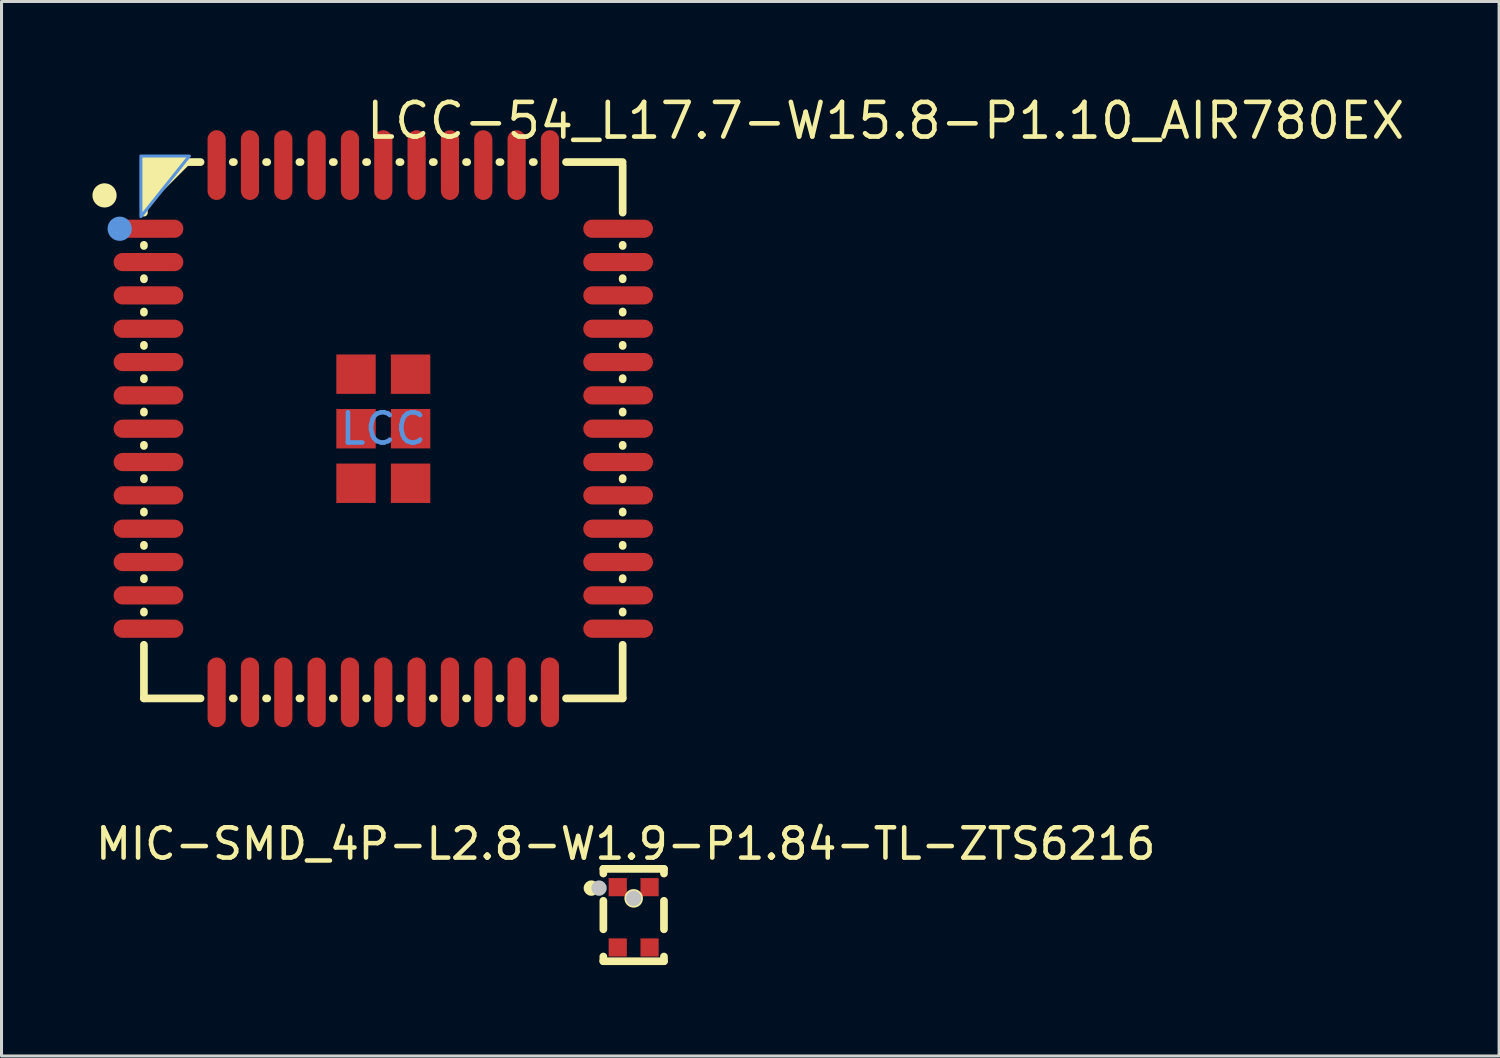
<source format=kicad_pcb>
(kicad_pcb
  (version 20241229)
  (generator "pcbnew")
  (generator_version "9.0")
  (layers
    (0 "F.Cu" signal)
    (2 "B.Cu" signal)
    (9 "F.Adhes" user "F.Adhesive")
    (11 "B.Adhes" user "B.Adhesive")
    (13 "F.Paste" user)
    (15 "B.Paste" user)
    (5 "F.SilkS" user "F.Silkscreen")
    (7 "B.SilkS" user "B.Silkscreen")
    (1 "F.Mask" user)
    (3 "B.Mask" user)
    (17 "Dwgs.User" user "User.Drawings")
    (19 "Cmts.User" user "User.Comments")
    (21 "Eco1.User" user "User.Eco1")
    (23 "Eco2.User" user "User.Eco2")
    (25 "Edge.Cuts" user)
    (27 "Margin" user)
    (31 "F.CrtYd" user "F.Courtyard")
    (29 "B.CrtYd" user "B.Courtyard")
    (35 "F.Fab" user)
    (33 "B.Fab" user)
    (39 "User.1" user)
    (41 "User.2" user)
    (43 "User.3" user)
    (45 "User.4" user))
  (footprint "MIC-SMD_4P-L2.8-W1.9-P1.84-TL-ZTS6216"
    (layer "F.Cu")
    (at 17.863 27.224)
    (property "Reference" "MIC-SMD_4P-L2.8-W1.9-P1.84-TL-ZTS6216" (at -0.262 -2.426 0) (layer "F.SilkS") (effects (font (size 1 1) (thickness 0.15))))
    (fp_line (start -1.001 1.294) (end -1.001 1.449) (stroke (width 0.254) (type default)) (layer "F.SilkS"))
    (fp_line (start -1.001 1.449) (end 1.001 1.449) (stroke (width 0.254) (type default)) (layer "F.SilkS"))
    (fp_line (start -1 -1.599) (end -1 -1.444) (stroke (width 0.254) (type default)) (layer "F.SilkS"))
    (fp_line (start -1 -1.599) (end 1 -1.599) (stroke (width 0.254) (type default)) (layer "F.SilkS"))
    (fp_line (start -1 -0.545) (end -1 0.396) (stroke (width 0.254) (type default)) (layer "F.SilkS"))
    (fp_line (start 1 -1.599) (end 1 -1.444) (stroke (width 0.254) (type default)) (layer "F.SilkS"))
    (fp_line (start 1 -0.545) (end 1 0.396) (stroke (width 0.254) (type default)) (layer "F.SilkS"))
    (fp_line (start 1 1.294) (end 1 1.449) (stroke (width 0.254) (type default)) (layer "F.SilkS"))
    (fp_circle (center -1.397 -0.964) (end -1.27 -0.964) (stroke (width 0.254) (type default)) (fill no) (layer "F.SilkS"))
    (fp_circle (center 0 -0.625) (end 0.179 -0.625) (stroke (width 0.254) (type default)) (fill no) (layer "F.SilkS"))
    (fp_circle (center -1.143 -0.964) (end -1.016 -0.964) (stroke (width 0.254) (type default)) (fill no) (layer "Dwgs.User"))
    (fp_circle (center 0 -0.625) (end 0.127 -0.625) (stroke (width 0.254) (type default)) (fill no) (layer "Dwgs.User"))
    (fp_poly (pts (xy -0.825 -1.265) (xy -0.225 -1.265) (xy -0.225 -0.725) (xy -0.825 -0.725)) (stroke (width 0.1) (type default)) (fill no) (layer "User.1"))
    (fp_poly (pts (xy -0.825 0.725) (xy -0.225 0.725) (xy -0.225 1.265) (xy -0.825 1.265)) (stroke (width 0.1) (type default)) (fill no) (layer "User.1"))
    (fp_poly (pts (xy 0.225 -1.265) (xy 0.825 -1.265) (xy 0.825 -0.725) (xy 0.225 -0.725)) (stroke (width 0.1) (type default)) (fill no) (layer "User.1"))
    (fp_poly (pts (xy 0.225 0.725) (xy 0.825 0.725) (xy 0.825 1.265) (xy 0.225 1.265)) (stroke (width 0.1) (type default)) (fill no) (layer "User.1"))
    (fp_line (start -0.925 -1.375) (end 0.925 -1.375) (stroke (width 0.051) (type default)) (layer "User.2"))
    (fp_line (start -0.925 1.375) (end -0.925 -1.375) (stroke (width 0.051) (type default)) (layer "User.2"))
    (fp_line (start 0.925 -1.375) (end 0.925 1.375) (stroke (width 0.051) (type default)) (layer "User.2"))
    (fp_line (start 0.925 1.375) (end -0.925 1.375) (stroke (width 0.051) (type default)) (layer "User.2"))
    (fp_poly (pts (xy -0.87 -1.473) (xy -0.902 -1.505) (xy -0.948 -1.505) (xy -0.98 -1.473) (xy -0.98 -1.427) (xy -0.948 -1.395) (xy -0.902 -1.395) (xy -0.87 -1.427)) (stroke (width 0.1) (type default)) (fill no) (layer "User.3"))
    (pad "1" smd rect (at -0.525 -0.995) (size 0.6 0.6) (layers "F.Cu" "F.Mask" "F.Paste"))
    (pad "2" smd rect (at -0.525 0.995) (size 0.6 0.6) (layers "F.Cu" "F.Mask" "F.Paste"))
    (pad "3" smd rect (at 0.525 0.995) (size 0.6 0.6) (layers "F.Cu" "F.Mask" "F.Paste"))
    (pad "4" smd rect (at 0.525 -0.995) (size 0.6 0.6) (layers "F.Cu" "F.Mask" "F.Paste")))
  (footprint "LCC-54_L17.7-W15.8-P1.10_AIR780EX"
    (layer "F.Cu")
    (at 9.6 11.099)
    (property "Reference" "LCC-54_L17.7-W15.8-P1.10_AIR780EX" (at -0.638 -10.164 0) (layer "F.SilkS") (effects (font (size 1.143 1.143) (thickness 0.152)) (justify left)))
    (attr smd)
    (fp_line (start -7.9 -7.4) (end -7.9 -7.131) (stroke (width 0.254) (type solid)) (layer "F.SilkS"))
    (fp_line (start -7.9 -6.069) (end -7.9 -6.031) (stroke (width 0.254) (type solid)) (layer "F.SilkS"))
    (fp_line (start -7.9 -4.969) (end -7.9 -4.931) (stroke (width 0.254) (type solid)) (layer "F.SilkS"))
    (fp_line (start -7.9 -3.869) (end -7.9 -3.831) (stroke (width 0.254) (type solid)) (layer "F.SilkS"))
    (fp_line (start -7.9 -2.769) (end -7.9 -2.731) (stroke (width 0.254) (type solid)) (layer "F.SilkS"))
    (fp_line (start -7.9 -1.669) (end -7.9 -1.631) (stroke (width 0.254) (type solid)) (layer "F.SilkS"))
    (fp_line (start -7.9 -0.569) (end -7.9 -0.531) (stroke (width 0.254) (type solid)) (layer "F.SilkS"))
    (fp_line (start -7.9 0.531) (end -7.9 0.569) (stroke (width 0.254) (type solid)) (layer "F.SilkS"))
    (fp_line (start -7.9 1.631) (end -7.9 1.669) (stroke (width 0.254) (type solid)) (layer "F.SilkS"))
    (fp_line (start -7.9 2.731) (end -7.9 2.769) (stroke (width 0.254) (type solid)) (layer "F.SilkS"))
    (fp_line (start -7.9 3.831) (end -7.9 3.869) (stroke (width 0.254) (type solid)) (layer "F.SilkS"))
    (fp_line (start -7.9 4.931) (end -7.9 4.969) (stroke (width 0.254) (type solid)) (layer "F.SilkS"))
    (fp_line (start -7.9 6.031) (end -7.9 6.069) (stroke (width 0.254) (type solid)) (layer "F.SilkS"))
    (fp_line (start -7.9 7.131) (end -7.9 8.9) (stroke (width 0.254) (type solid)) (layer "F.SilkS"))
    (fp_line (start -7.9 8.9) (end -6.031 8.9) (stroke (width 0.254) (type solid)) (layer "F.SilkS"))
    (fp_line (start -6.5 -8.8) (end -7.9 -7.4) (stroke (width 0.254) (type solid)) (layer "F.SilkS"))
    (fp_line (start -6.031 -8.8) (end -6.5 -8.8) (stroke (width 0.254) (type solid)) (layer "F.SilkS"))
    (fp_line (start -4.969 8.9) (end -4.931 8.9) (stroke (width 0.254) (type solid)) (layer "F.SilkS"))
    (fp_line (start -4.931 -8.8) (end -4.969 -8.8) (stroke (width 0.254) (type solid)) (layer "F.SilkS"))
    (fp_line (start -3.869 8.9) (end -3.831 8.9) (stroke (width 0.254) (type solid)) (layer "F.SilkS"))
    (fp_line (start -3.831 -8.8) (end -3.869 -8.8) (stroke (width 0.254) (type solid)) (layer "F.SilkS"))
    (fp_line (start -2.769 8.9) (end -2.731 8.9) (stroke (width 0.254) (type solid)) (layer "F.SilkS"))
    (fp_line (start -2.731 -8.8) (end -2.769 -8.8) (stroke (width 0.254) (type solid)) (layer "F.SilkS"))
    (fp_line (start -1.669 8.9) (end -1.631 8.9) (stroke (width 0.254) (type solid)) (layer "F.SilkS"))
    (fp_line (start -1.631 -8.8) (end -1.669 -8.8) (stroke (width 0.254) (type solid)) (layer "F.SilkS"))
    (fp_line (start -0.569 8.9) (end -0.531 8.9) (stroke (width 0.254) (type solid)) (layer "F.SilkS"))
    (fp_line (start -0.531 -8.8) (end -0.569 -8.8) (stroke (width 0.254) (type solid)) (layer "F.SilkS"))
    (fp_line (start 0.531 8.9) (end 0.569 8.9) (stroke (width 0.254) (type solid)) (layer "F.SilkS"))
    (fp_line (start 0.569 -8.8) (end 0.531 -8.8) (stroke (width 0.254) (type solid)) (layer "F.SilkS"))
    (fp_line (start 1.631 8.9) (end 1.669 8.9) (stroke (width 0.254) (type solid)) (layer "F.SilkS"))
    (fp_line (start 1.669 -8.8) (end 1.631 -8.8) (stroke (width 0.254) (type solid)) (layer "F.SilkS"))
    (fp_line (start 2.731 8.9) (end 2.769 8.9) (stroke (width 0.254) (type solid)) (layer "F.SilkS"))
    (fp_line (start 2.769 -8.8) (end 2.731 -8.8) (stroke (width 0.254) (type solid)) (layer "F.SilkS"))
    (fp_line (start 3.831 8.9) (end 3.869 8.9) (stroke (width 0.254) (type solid)) (layer "F.SilkS"))
    (fp_line (start 3.869 -8.8) (end 3.831 -8.8) (stroke (width 0.254) (type solid)) (layer "F.SilkS"))
    (fp_line (start 4.931 8.9) (end 4.969 8.9) (stroke (width 0.254) (type solid)) (layer "F.SilkS"))
    (fp_line (start 4.969 -8.8) (end 4.931 -8.8) (stroke (width 0.254) (type solid)) (layer "F.SilkS"))
    (fp_line (start 6.031 8.9) (end 7.9 8.9) (stroke (width 0.254) (type solid)) (layer "F.SilkS"))
    (fp_line (start 7.9 -8.8) (end 6.031 -8.8) (stroke (width 0.254) (type solid)) (layer "F.SilkS"))
    (fp_line (start 7.9 -7.131) (end 7.9 -8.7) (stroke (width 0.254) (type solid)) (layer "F.SilkS"))
    (fp_line (start 7.9 -6.031) (end 7.9 -6.069) (stroke (width 0.254) (type solid)) (layer "F.SilkS"))
    (fp_line (start 7.9 -4.931) (end 7.9 -4.969) (stroke (width 0.254) (type solid)) (layer "F.SilkS"))
    (fp_line (start 7.9 -3.831) (end 7.9 -3.869) (stroke (width 0.254) (type solid)) (layer "F.SilkS"))
    (fp_line (start 7.9 -2.731) (end 7.9 -2.769) (stroke (width 0.254) (type solid)) (layer "F.SilkS"))
    (fp_line (start 7.9 -1.631) (end 7.9 -1.669) (stroke (width 0.254) (type solid)) (layer "F.SilkS"))
    (fp_line (start 7.9 -0.531) (end 7.9 -0.569) (stroke (width 0.254) (type solid)) (layer "F.SilkS"))
    (fp_line (start 7.9 0.569) (end 7.9 0.531) (stroke (width 0.254) (type solid)) (layer "F.SilkS"))
    (fp_line (start 7.9 1.669) (end 7.9 1.631) (stroke (width 0.254) (type solid)) (layer "F.SilkS"))
    (fp_line (start 7.9 2.769) (end 7.9 2.731) (stroke (width 0.254) (type solid)) (layer "F.SilkS"))
    (fp_line (start 7.9 3.869) (end 7.9 3.831) (stroke (width 0.254) (type solid)) (layer "F.SilkS"))
    (fp_line (start 7.9 4.969) (end 7.9 4.931) (stroke (width 0.254) (type solid)) (layer "F.SilkS"))
    (fp_line (start 7.9 6.069) (end 7.9 6.031) (stroke (width 0.254) (type solid)) (layer "F.SilkS"))
    (fp_line (start 7.9 8.9) (end 7.9 7.131) (stroke (width 0.254) (type solid)) (layer "F.SilkS"))
    (fp_circle (center -9.2 -7.7) (end -9 -7.7) (stroke (width 0.4) (type solid)) (fill no) (layer "F.SilkS"))
    (fp_poly (pts (xy -6.4 -9) (xy -8 -9) (xy -8 -7)) (stroke (width 0) (type solid)) (fill yes) (layer "F.SilkS"))
    (fp_circle (center -8.7 -6.6) (end -8.5 -6.6) (stroke (width 0.4) (type solid)) (fill no) (layer "Cmts.User"))
    (fp_poly (pts (xy -6.4 -9) (xy -8 -9) (xy -8 -7)) (stroke (width 0.1) (type solid)) (fill no) (layer "Cmts.User"))
    (fp_text user "LCC" (at 0 0 0) (layer "Cmts.User") (effects (font (size 1 1) (thickness 0.15))))
    (pad "1" smd oval (at -7.75 -6.6) (size 2.3 0.6) (layers "F.Cu" "F.Mask" "F.Paste"))
    (pad "2" smd oval (at -7.75 -5.5) (size 2.3 0.6) (layers "F.Cu" "F.Mask" "F.Paste"))
    (pad "3" smd oval (at -7.75 -4.4) (size 2.3 0.6) (layers "F.Cu" "F.Mask" "F.Paste"))
    (pad "4" smd oval (at -7.75 -3.3) (size 2.3 0.6) (layers "F.Cu" "F.Mask" "F.Paste"))
    (pad "5" smd oval (at -7.75 -2.2) (size 2.3 0.6) (layers "F.Cu" "F.Mask" "F.Paste"))
    (pad "6" smd oval (at -7.75 -1.1) (size 2.3 0.6) (layers "F.Cu" "F.Mask" "F.Paste"))
    (pad "7" smd oval (at -7.75 0) (size 2.3 0.6) (layers "F.Cu" "F.Mask" "F.Paste"))
    (pad "8" smd oval (at -7.75 1.1) (size 2.3 0.6) (layers "F.Cu" "F.Mask" "F.Paste"))
    (pad "9" smd oval (at -7.75 2.2) (size 2.3 0.6) (layers "F.Cu" "F.Mask" "F.Paste"))
    (pad "10" smd oval (at -7.75 3.3) (size 2.3 0.6) (layers "F.Cu" "F.Mask" "F.Paste"))
    (pad "11" smd oval (at -7.75 4.4) (size 2.3 0.6) (layers "F.Cu" "F.Mask" "F.Paste"))
    (pad "12" smd oval (at -7.75 5.5) (size 2.3 0.6) (layers "F.Cu" "F.Mask" "F.Paste"))
    (pad "13" smd oval (at -7.75 6.6) (size 2.3 0.6) (layers "F.Cu" "F.Mask" "F.Paste"))
    (pad "14" smd oval (at -4.4 8.7 90) (size 2.3 0.6) (layers "F.Cu" "F.Mask" "F.Paste"))
    (pad "15" smd oval (at -3.3 8.7 90) (size 2.3 0.6) (layers "F.Cu" "F.Mask" "F.Paste"))
    (pad "16" smd oval (at -2.2 8.7 90) (size 2.3 0.6) (layers "F.Cu" "F.Mask" "F.Paste"))
    (pad "17" smd oval (at -1.1 8.7 90) (size 2.3 0.6) (layers "F.Cu" "F.Mask" "F.Paste"))
    (pad "18" smd oval (at 0 8.7 90) (size 2.3 0.6) (layers "F.Cu" "F.Mask" "F.Paste"))
    (pad "19" smd oval (at 1.1 8.7 90) (size 2.3 0.6) (layers "F.Cu" "F.Mask" "F.Paste"))
    (pad "20" smd oval (at 2.2 8.7 90) (size 2.3 0.6) (layers "F.Cu" "F.Mask" "F.Paste"))
    (pad "21" smd oval (at 3.3 8.7 90) (size 2.3 0.6) (layers "F.Cu" "F.Mask" "F.Paste"))
    (pad "22" smd oval (at 4.4 8.7 90) (size 2.3 0.6) (layers "F.Cu" "F.Mask" "F.Paste"))
    (pad "23" smd oval (at 7.75 6.6) (size 2.3 0.6) (layers "F.Cu" "F.Mask" "F.Paste"))
    (pad "24" smd oval (at 7.75 5.5) (size 2.3 0.6) (layers "F.Cu" "F.Mask" "F.Paste"))
    (pad "25" smd oval (at 7.75 4.4) (size 2.3 0.6) (layers "F.Cu" "F.Mask" "F.Paste"))
    (pad "26" smd oval (at 7.75 3.3) (size 2.3 0.6) (layers "F.Cu" "F.Mask" "F.Paste"))
    (pad "27" smd oval (at 7.75 2.2) (size 2.3 0.6) (layers "F.Cu" "F.Mask" "F.Paste"))
    (pad "28" smd oval (at 7.75 1.1) (size 2.3 0.6) (layers "F.Cu" "F.Mask" "F.Paste"))
    (pad "29" smd oval (at 7.75 0) (size 2.3 0.6) (layers "F.Cu" "F.Mask" "F.Paste"))
    (pad "30" smd oval (at 7.75 -1.1) (size 2.3 0.6) (layers "F.Cu" "F.Mask" "F.Paste"))
    (pad "31" smd oval (at 7.75 -2.2) (size 2.3 0.6) (layers "F.Cu" "F.Mask" "F.Paste"))
    (pad "32" smd oval (at 7.75 -3.3) (size 2.3 0.6) (layers "F.Cu" "F.Mask" "F.Paste"))
    (pad "33" smd oval (at 7.75 -4.4) (size 2.3 0.6) (layers "F.Cu" "F.Mask" "F.Paste"))
    (pad "34" smd oval (at 7.75 -5.5) (size 2.3 0.6) (layers "F.Cu" "F.Mask" "F.Paste"))
    (pad "35" smd oval (at 7.75 -6.6) (size 2.3 0.6) (layers "F.Cu" "F.Mask" "F.Paste"))
    (pad "36" smd oval (at 4.4 -8.7 90) (size 2.3 0.6) (layers "F.Cu" "F.Mask" "F.Paste"))
    (pad "37" smd oval (at 3.3 -8.7 90) (size 2.3 0.6) (layers "F.Cu" "F.Mask" "F.Paste"))
    (pad "38" smd oval (at 2.2 -8.7 90) (size 2.3 0.6) (layers "F.Cu" "F.Mask" "F.Paste"))
    (pad "39" smd oval (at 1.1 -8.7 90) (size 2.3 0.6) (layers "F.Cu" "F.Mask" "F.Paste"))
    (pad "40" smd oval (at 0 -8.7 90) (size 2.3 0.6) (layers "F.Cu" "F.Mask" "F.Paste"))
    (pad "41" smd oval (at -1.1 -8.7 90) (size 2.3 0.6) (layers "F.Cu" "F.Mask" "F.Paste"))
    (pad "42" smd oval (at -2.2 -8.7 90) (size 2.3 0.6) (layers "F.Cu" "F.Mask" "F.Paste"))
    (pad "43" smd oval (at -3.3 -8.7 90) (size 2.3 0.6) (layers "F.Cu" "F.Mask" "F.Paste"))
    (pad "44" smd oval (at -4.4 -8.7 90) (size 2.3 0.6) (layers "F.Cu" "F.Mask" "F.Paste"))
    (pad "89" smd rect (at -0.9 -1.8) (size 1.3 1.3) (layers "F.Cu" "F.Mask" "F.Paste"))
    (pad "90" smd rect (at -0.9 0) (size 1.3 1.3) (layers "F.Cu" "F.Mask" "F.Paste"))
    (pad "91" smd rect (at -0.9 1.8) (size 1.3 1.3) (layers "F.Cu" "F.Mask" "F.Paste"))
    (pad "92" smd rect (at 0.9 1.8) (size 1.3 1.3) (layers "F.Cu" "F.Mask" "F.Paste"))
    (pad "93" smd rect (at 0.9 0) (size 1.3 1.3) (layers "F.Cu" "F.Mask" "F.Paste"))
    (pad "94" smd rect (at 0.9 -1.8) (size 1.3 1.3) (layers "F.Cu" "F.Mask" "F.Paste"))
    (pad "95" smd oval (at -5.5 8.7 90) (size 2.3 0.6) (layers "F.Cu" "F.Mask" "F.Paste"))
    (pad "96" smd oval (at 5.5 8.7 90) (size 2.3 0.6) (layers "F.Cu" "F.Mask" "F.Paste"))
    (pad "97" smd oval (at 5.5 -8.7 90) (size 2.3 0.6) (layers "F.Cu" "F.Mask" "F.Paste"))
    (pad "98" smd oval (at -5.5 -8.7 90) (size 2.3 0.6) (layers "F.Cu" "F.Mask" "F.Paste")))
  (gr_rect
    (start -3 -3)
    (end 46.425 31.8)
    (stroke (width 0.1) (type default))
    (fill no)
    (layer "Edge.Cuts")))
</source>
